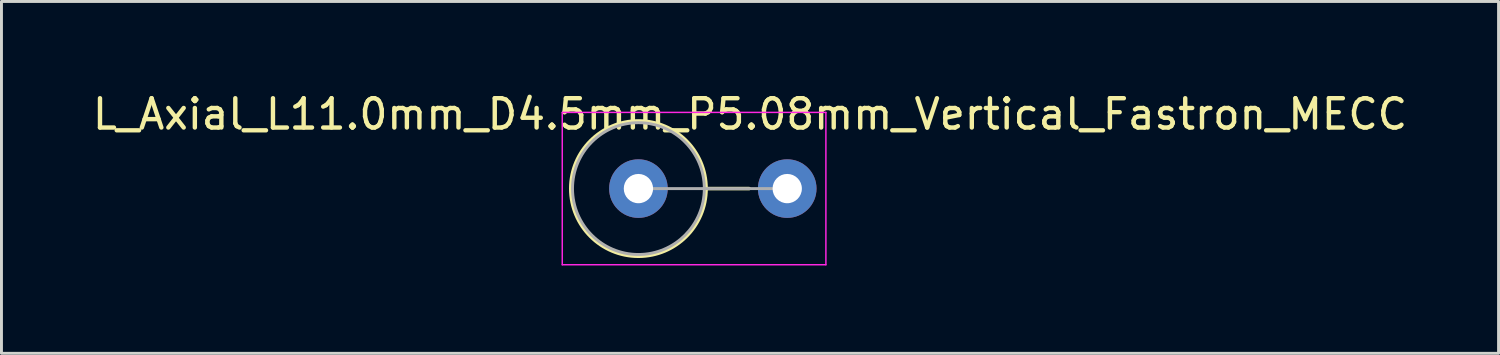
<source format=kicad_pcb>
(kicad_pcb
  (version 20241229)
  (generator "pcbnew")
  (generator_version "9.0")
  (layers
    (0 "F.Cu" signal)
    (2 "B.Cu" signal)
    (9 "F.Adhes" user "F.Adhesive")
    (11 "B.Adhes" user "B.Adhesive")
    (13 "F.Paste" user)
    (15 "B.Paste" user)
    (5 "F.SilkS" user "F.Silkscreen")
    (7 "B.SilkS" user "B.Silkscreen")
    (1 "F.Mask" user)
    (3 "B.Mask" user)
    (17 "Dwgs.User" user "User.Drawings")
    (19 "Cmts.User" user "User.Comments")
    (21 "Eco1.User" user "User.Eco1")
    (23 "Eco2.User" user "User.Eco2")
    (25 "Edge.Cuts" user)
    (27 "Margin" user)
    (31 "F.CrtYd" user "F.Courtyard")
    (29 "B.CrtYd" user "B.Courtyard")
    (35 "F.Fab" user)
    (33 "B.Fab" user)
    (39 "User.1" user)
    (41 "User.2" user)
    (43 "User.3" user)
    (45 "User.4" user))
  (footprint "L_Axial_L11.0mm_D4.5mm_P5.08mm_Vertical_Fastron_MECC"
    (layer "F.Cu")
    (at 18.744 3.388)
    (property "Reference" "L_Axial_L11.0mm_D4.5mm_P5.08mm_Vertical_Fastron_MECC" (at 3.81 -2.54 0) (layer "F.SilkS") (effects (font (size 1 1) (thickness 0.15))))
    (attr through_hole)
    (fp_line (start 2.31 0) (end 3.78 0) (stroke (width 0.12) (type solid)) (layer "F.SilkS"))
    (fp_circle (center 0 0) (end 2.31 0) (stroke (width 0.12) (type solid)) (fill no) (layer "F.SilkS"))
    (fp_line (start -2.6 -2.6) (end -2.6 2.6) (stroke (width 0.05) (type solid)) (layer "F.CrtYd"))
    (fp_line (start -2.6 2.6) (end 6.4 2.6) (stroke (width 0.05) (type solid)) (layer "F.CrtYd"))
    (fp_line (start 6.4 -2.6) (end -2.6 -2.6) (stroke (width 0.05) (type solid)) (layer "F.CrtYd"))
    (fp_line (start 6.4 2.6) (end 6.4 -2.6) (stroke (width 0.05) (type solid)) (layer "F.CrtYd"))
    (fp_line (start 0 0) (end 5.08 0) (stroke (width 0.1) (type solid)) (layer "F.Fab"))
    (fp_circle (center 0 0) (end 2.25 0) (stroke (width 0.1) (type solid)) (fill no) (layer "F.Fab"))
    (pad "1" thru_hole circle (at 0 0) (size 2 2) (drill 1) (layers "*.Cu" "*.Mask"))
    (pad "2" thru_hole oval (at 5.08 0) (size 2 2) (drill 1) (layers "*.Cu" "*.Mask")))
  (gr_rect
    (start -3 -3)
    (end 48.107 9.013)
    (stroke (width 0.1) (type default))
    (fill no)
    (layer "Edge.Cuts")))
</source>
